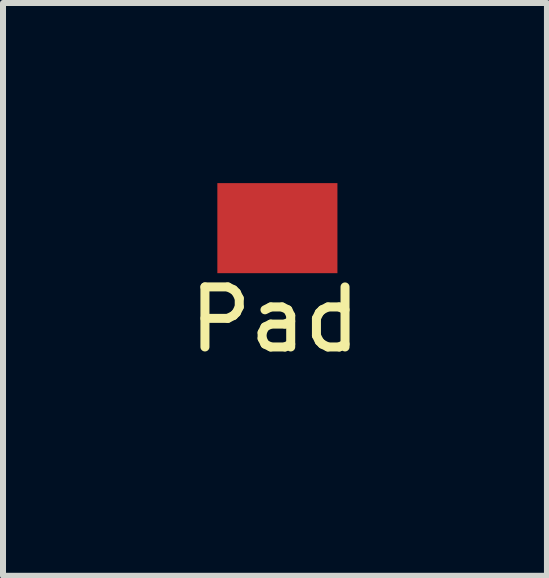
<source format=kicad_pcb>
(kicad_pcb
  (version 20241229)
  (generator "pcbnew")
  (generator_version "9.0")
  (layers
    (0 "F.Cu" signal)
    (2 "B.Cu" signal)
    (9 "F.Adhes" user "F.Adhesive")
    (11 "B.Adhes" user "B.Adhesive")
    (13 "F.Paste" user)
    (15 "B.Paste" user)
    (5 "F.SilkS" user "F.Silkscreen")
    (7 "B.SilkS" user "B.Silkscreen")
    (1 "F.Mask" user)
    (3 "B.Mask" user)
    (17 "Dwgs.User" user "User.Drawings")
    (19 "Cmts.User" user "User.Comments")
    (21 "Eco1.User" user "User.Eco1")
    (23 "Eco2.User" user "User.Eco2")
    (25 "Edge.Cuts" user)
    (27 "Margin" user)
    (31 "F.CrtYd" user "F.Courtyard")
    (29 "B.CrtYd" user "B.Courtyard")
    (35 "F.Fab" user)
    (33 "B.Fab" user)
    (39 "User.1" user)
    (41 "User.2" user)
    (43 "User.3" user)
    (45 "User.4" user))
  (footprint "Pad"
    (layer "F.Cu")
    (at 1.53 3.29)
    (property "Reference" "Pad" (at 0 -1.016 0) (layer "F.SilkS") (effects (font (size 1 1) (thickness 0.15))))
    (attr through_hole)
    (pad "1" smd rect (at 0.04 -2.54) (size 2 1.5) (layers "F.Cu" "F.Mask" "F.Paste")))
  (gr_rect
    (start -3 -3)
    (end 6.06 6.54)
    (stroke (width 0.1) (type default))
    (fill no)
    (layer "Edge.Cuts")))
</source>
